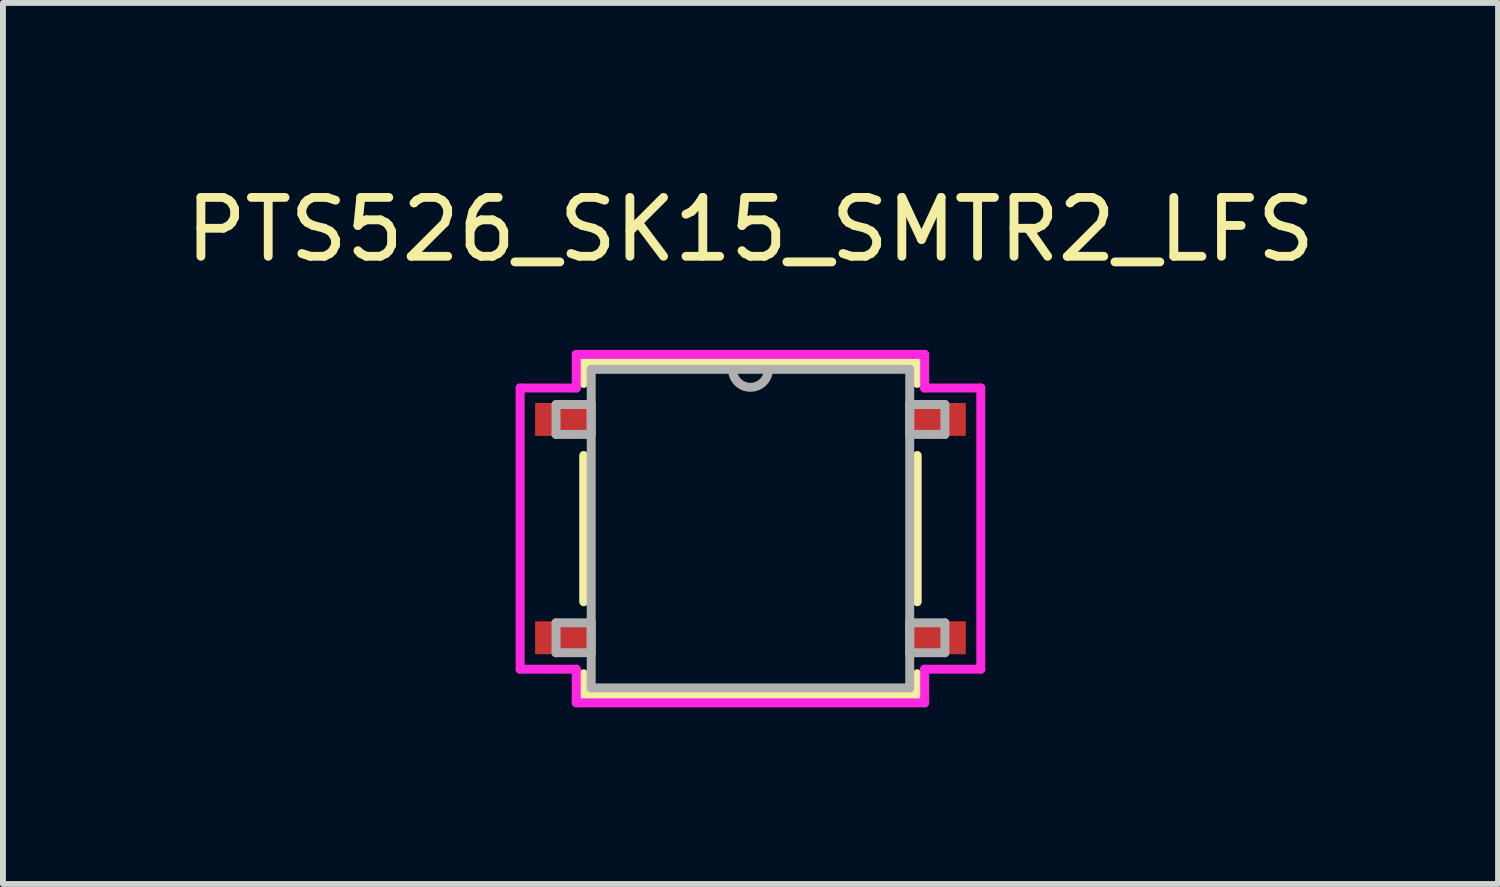
<source format=kicad_pcb>
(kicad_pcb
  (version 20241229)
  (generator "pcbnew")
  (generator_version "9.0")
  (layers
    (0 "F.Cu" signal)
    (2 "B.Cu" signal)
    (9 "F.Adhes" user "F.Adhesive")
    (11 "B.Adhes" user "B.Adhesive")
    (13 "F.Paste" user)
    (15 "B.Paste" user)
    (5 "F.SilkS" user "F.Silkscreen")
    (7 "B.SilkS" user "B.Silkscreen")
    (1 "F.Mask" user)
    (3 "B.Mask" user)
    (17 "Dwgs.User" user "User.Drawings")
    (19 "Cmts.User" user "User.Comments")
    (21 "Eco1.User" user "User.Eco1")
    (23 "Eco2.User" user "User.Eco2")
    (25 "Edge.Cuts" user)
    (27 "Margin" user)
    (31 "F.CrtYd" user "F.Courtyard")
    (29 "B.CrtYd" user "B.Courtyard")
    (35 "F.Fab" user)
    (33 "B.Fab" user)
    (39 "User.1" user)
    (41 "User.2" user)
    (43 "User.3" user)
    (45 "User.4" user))
  (footprint "PTS526_SK15_SMTR2_LFS"
    (layer "F.Cu")
    (at 9.696 5.928)
    (property "Reference" "PTS526_SK15_SMTR2_LFS" (at 0 -5.08 0) (layer "F.SilkS") (effects (font (size 1 1) (thickness 0.15))))
    (attr smd)
    (fp_line (start -2.832 -2.832) (end -2.832 -2.466) (stroke (width 0.152) (type solid)) (layer "F.SilkS"))
    (fp_line (start -2.832 -1.242) (end -2.832 1.242) (stroke (width 0.152) (type solid)) (layer "F.SilkS"))
    (fp_line (start -2.832 2.466) (end -2.832 2.832) (stroke (width 0.152) (type solid)) (layer "F.SilkS"))
    (fp_line (start -2.832 2.832) (end 2.832 2.832) (stroke (width 0.152) (type solid)) (layer "F.SilkS"))
    (fp_line (start 2.832 -2.832) (end -2.832 -2.832) (stroke (width 0.152) (type solid)) (layer "F.SilkS"))
    (fp_line (start 2.832 -2.466) (end 2.832 -2.832) (stroke (width 0.152) (type solid)) (layer "F.SilkS"))
    (fp_line (start 2.832 1.242) (end 2.832 -1.242) (stroke (width 0.152) (type solid)) (layer "F.SilkS"))
    (fp_line (start 2.832 2.832) (end 2.832 2.466) (stroke (width 0.152) (type solid)) (layer "F.SilkS"))
    (fp_line (start -3.912 -2.388) (end -2.959 -2.388) (stroke (width 0.152) (type solid)) (layer "F.CrtYd"))
    (fp_line (start -3.912 2.388) (end -3.912 -2.388) (stroke (width 0.152) (type solid)) (layer "F.CrtYd"))
    (fp_line (start -2.959 -2.959) (end 2.959 -2.959) (stroke (width 0.152) (type solid)) (layer "F.CrtYd"))
    (fp_line (start -2.959 -2.388) (end -2.959 -2.959) (stroke (width 0.152) (type solid)) (layer "F.CrtYd"))
    (fp_line (start -2.959 2.388) (end -3.912 2.388) (stroke (width 0.152) (type solid)) (layer "F.CrtYd"))
    (fp_line (start -2.959 2.959) (end -2.959 2.388) (stroke (width 0.152) (type solid)) (layer "F.CrtYd"))
    (fp_line (start 2.959 -2.959) (end 2.959 -2.388) (stroke (width 0.152) (type solid)) (layer "F.CrtYd"))
    (fp_line (start 2.959 -2.388) (end 3.912 -2.388) (stroke (width 0.152) (type solid)) (layer "F.CrtYd"))
    (fp_line (start 2.959 2.388) (end 2.959 2.959) (stroke (width 0.152) (type solid)) (layer "F.CrtYd"))
    (fp_line (start 2.959 2.959) (end -2.959 2.959) (stroke (width 0.152) (type solid)) (layer "F.CrtYd"))
    (fp_line (start 3.912 -2.388) (end 3.912 2.388) (stroke (width 0.152) (type solid)) (layer "F.CrtYd"))
    (fp_line (start 3.912 2.388) (end 2.959 2.388) (stroke (width 0.152) (type solid)) (layer "F.CrtYd"))
    (fp_line (start -3.302 -2.108) (end -3.302 -1.6) (stroke (width 0.152) (type solid)) (layer "F.Fab"))
    (fp_line (start -3.302 -1.6) (end -2.705 -1.6) (stroke (width 0.152) (type solid)) (layer "F.Fab"))
    (fp_line (start -3.302 1.6) (end -3.302 2.108) (stroke (width 0.152) (type solid)) (layer "F.Fab"))
    (fp_line (start -3.302 2.108) (end -2.705 2.108) (stroke (width 0.152) (type solid)) (layer "F.Fab"))
    (fp_line (start -2.705 -2.705) (end -2.705 2.705) (stroke (width 0.152) (type solid)) (layer "F.Fab"))
    (fp_line (start -2.705 -2.108) (end -3.302 -2.108) (stroke (width 0.152) (type solid)) (layer "F.Fab"))
    (fp_line (start -2.705 -1.6) (end -2.705 -2.108) (stroke (width 0.152) (type solid)) (layer "F.Fab"))
    (fp_line (start -2.705 1.6) (end -3.302 1.6) (stroke (width 0.152) (type solid)) (layer "F.Fab"))
    (fp_line (start -2.705 2.108) (end -2.705 1.6) (stroke (width 0.152) (type solid)) (layer "F.Fab"))
    (fp_line (start -2.705 2.705) (end 2.705 2.705) (stroke (width 0.152) (type solid)) (layer "F.Fab"))
    (fp_line (start 2.705 -2.705) (end -2.705 -2.705) (stroke (width 0.152) (type solid)) (layer "F.Fab"))
    (fp_line (start 2.705 -2.108) (end 2.705 -1.6) (stroke (width 0.152) (type solid)) (layer "F.Fab"))
    (fp_line (start 2.705 -1.6) (end 3.302 -1.6) (stroke (width 0.152) (type solid)) (layer "F.Fab"))
    (fp_line (start 2.705 1.6) (end 2.705 2.108) (stroke (width 0.152) (type solid)) (layer "F.Fab"))
    (fp_line (start 2.705 2.108) (end 3.302 2.108) (stroke (width 0.152) (type solid)) (layer "F.Fab"))
    (fp_line (start 2.705 2.705) (end 2.705 -2.705) (stroke (width 0.152) (type solid)) (layer "F.Fab"))
    (fp_line (start 3.302 -2.108) (end 2.705 -2.108) (stroke (width 0.152) (type solid)) (layer "F.Fab"))
    (fp_line (start 3.302 -1.6) (end 3.302 -2.108) (stroke (width 0.152) (type solid)) (layer "F.Fab"))
    (fp_line (start 3.302 1.6) (end 2.705 1.6) (stroke (width 0.152) (type solid)) (layer "F.Fab"))
    (fp_line (start 3.302 2.108) (end 3.302 1.6) (stroke (width 0.152) (type solid)) (layer "F.Fab"))
    (fp_arc (start 0.3048 -2.7051) (mid 0 -2.4003) (end -0.3048 -2.7051) (stroke (width 0.1524) (type solid)) (layer "F.Fab"))
    (pad "1" smd rect (at -3.181 -1.854) (size 0.953 0.559) (layers "F.Cu" "F.Mask" "F.Paste"))
    (pad "1" smd rect (at 3.181 -1.854) (size 0.953 0.559) (layers "F.Cu" "F.Mask" "F.Paste"))
    (pad "2" smd rect (at -3.181 1.854) (size 0.953 0.559) (layers "F.Cu" "F.Mask" "F.Paste"))
    (pad "2" smd rect (at 3.181 1.854) (size 0.953 0.559) (layers "F.Cu" "F.Mask" "F.Paste")))
  (gr_rect
    (start -3 -3)
    (end 22.393 11.964)
    (stroke (width 0.1) (type default))
    (fill no)
    (layer "Edge.Cuts")))
</source>
